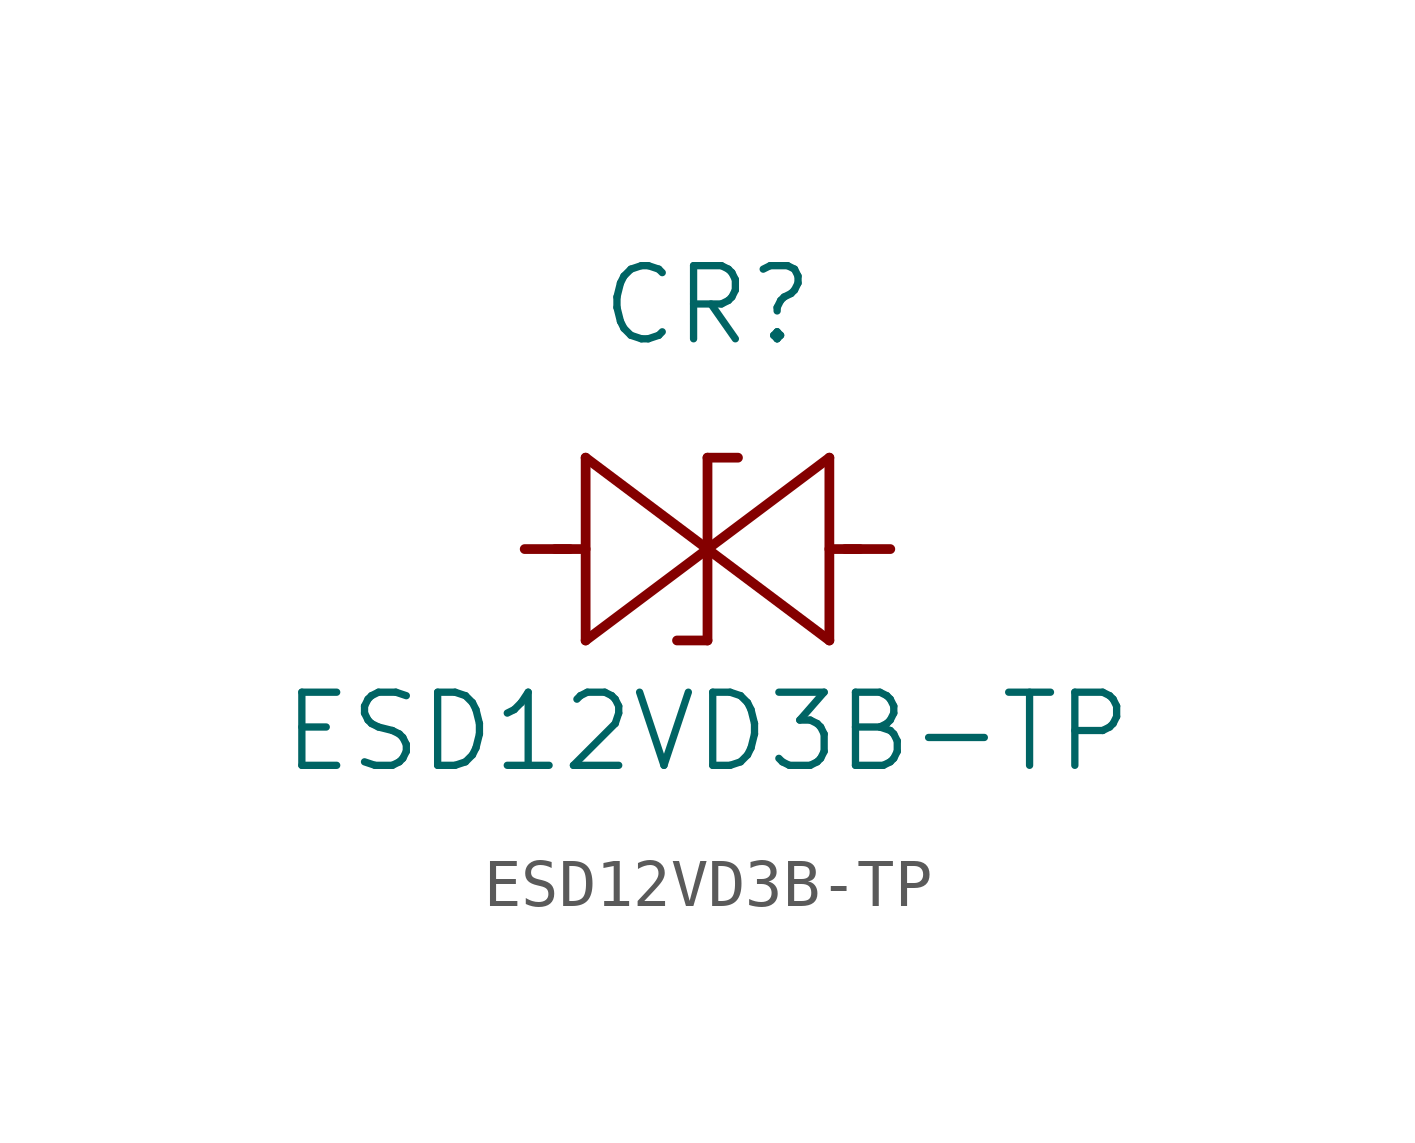
<source format=kicad_sym>
(kicad_symbol_lib
  (version 20211014)
  (generator kicad_symbol_editor)
  (symbol "ESD12VD3B-TP"
    (pin_names
      (offset 0.254))
    (property "Reference" "CR"
      (at 6.35 5.08 0)
      (effects (font (size 1.524 1.524))))
    (property "Value" "ESD12VD3B-TP"
      (at 6.35 -3.81 0)
      (effects (font (size 1.524 1.524))))
    (symbol "ESD12VD3B-TP_0_1"
      (polyline (pts (xy 2.54 0) (xy 3.48 0)) (stroke (width .2032) (type default) (color 0 0 0 0)) (fill (type none)))
      (polyline (pts (xy 3.81 1.905) (xy 3.81 -1.905)) (stroke (width .2032) (type default) (color 0 0 0 0)) (fill (type none)))
      (polyline (pts (xy 3.175 0) (xy 3.81 0)) (stroke (width .2032) (type default) (color 0 0 0 0)) (fill (type none)))
      (polyline (pts (xy 6.35 0) (xy 3.81 1.905)) (stroke (width .2032) (type default) (color 0 0 0 0)) (fill (type none)))
      (polyline (pts (xy 3.81 -1.905) (xy 6.35 0)) (stroke (width .2032) (type default) (color 0 0 0 0)) (fill (type none)))
      (polyline (pts (xy 6.35 1.905) (xy 6.985 1.905)) (stroke (width .2032) (type default) (color 0 0 0 0)) (fill (type none)))
      (polyline (pts (xy 6.35 -1.905) (xy 5.715 -1.905)) (stroke (width .2032) (type default) (color 0 0 0 0)) (fill (type none)))
      (polyline (pts (xy 10.16 0) (xy 9.22 0)) (stroke (width .2032) (type default) (color 0 0 0 0)) (fill (type none)))
      (polyline (pts (xy 8.89 -1.905) (xy 8.89 1.905)) (stroke (width .2032) (type default) (color 0 0 0 0)) (fill (type none)))
      (polyline (pts (xy 9.525 0) (xy 8.89 0)) (stroke (width .2032) (type default) (color 0 0 0 0)) (fill (type none)))
      (polyline (pts (xy 6.35 1.905) (xy 6.35 -1.905)) (stroke (width .2032) (type default) (color 0 0 0 0)) (fill (type none)))
      (polyline (pts (xy 6.35 0) (xy 8.89 -1.905)) (stroke (width .2032) (type default) (color 0 0 0 0)) (fill (type none)))
      (polyline (pts (xy 8.89 1.905) (xy 6.35 0)) (stroke (width .2032) (type default) (color 0 0 0 0)) (fill (type none))))))
</source>
